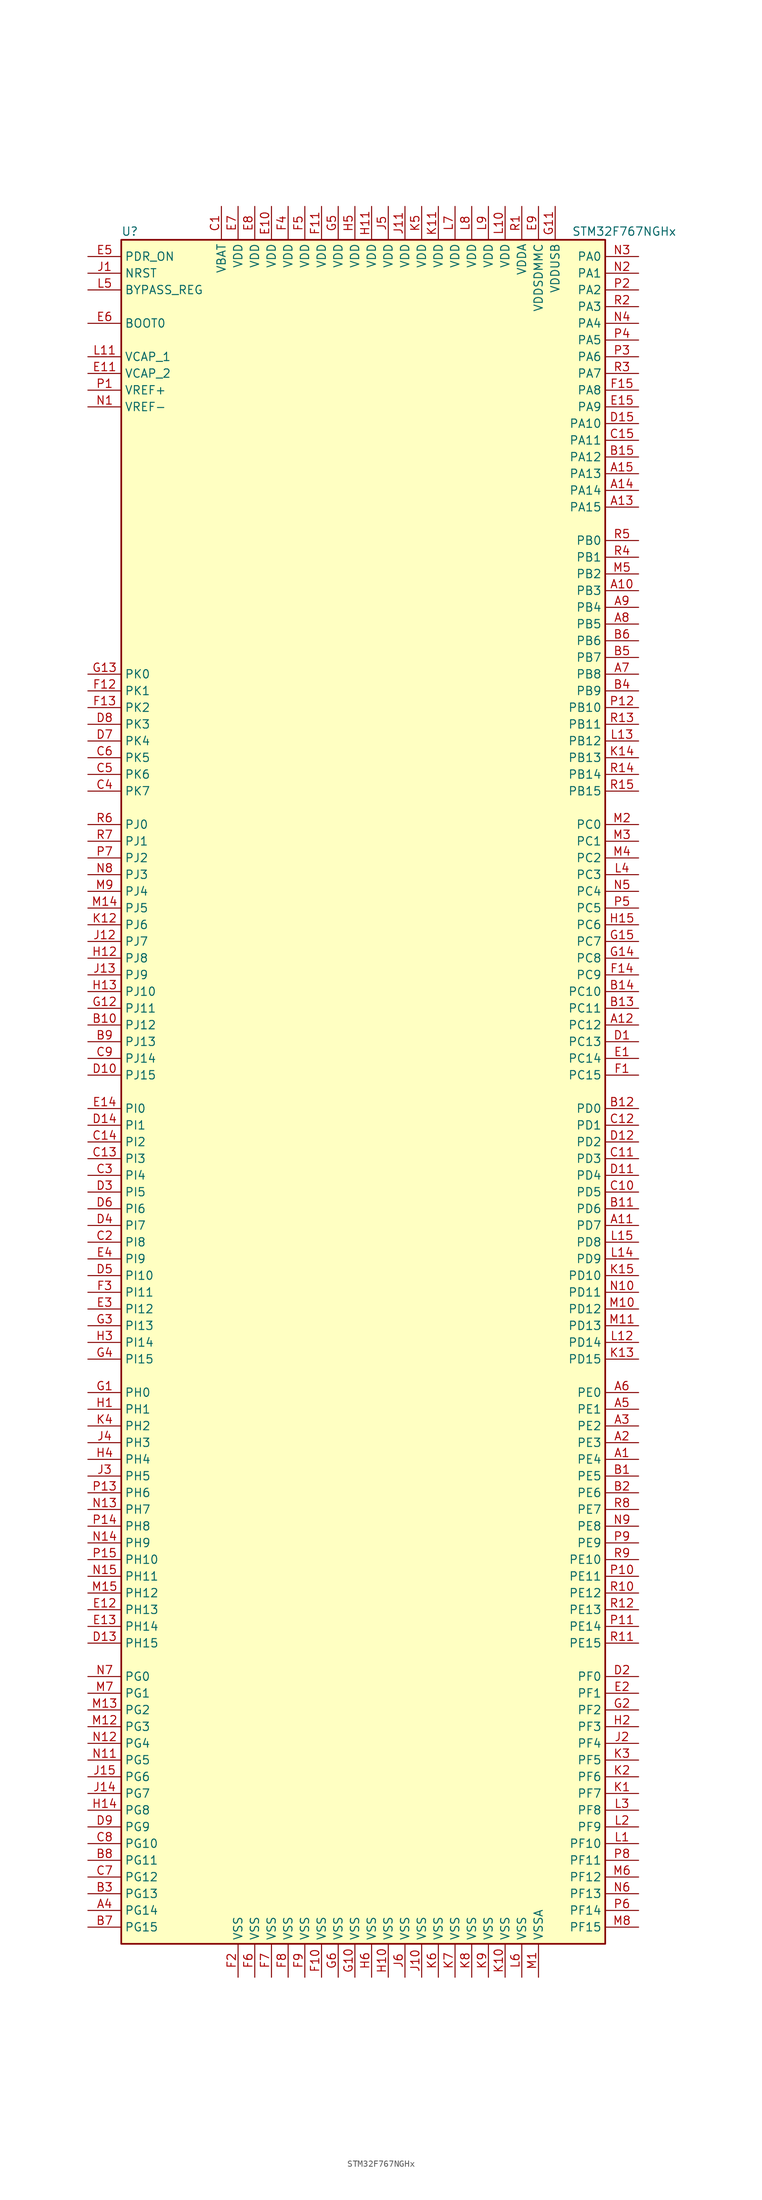
<source format=kicad_sym>
(kicad_symbol_lib
  (version 20201005)
  (generator kicad_symbol_editor)
  (symbol "STM32F767NGHx"
    (property "Reference" "U"
      (at -38.1 130.81 0)
      (effects (font (size 1.27 1.27)) (justify left)))
    (property "Value" "STM32F767NGHx"
      (at 30.48 130.81 0)
      (effects (font (size 1.27 1.27)) (justify left)))
    (symbol "STM32F767NGHx_0_1"
      (rectangle (start -38.1 -129.54) (end 35.56 129.54) (stroke (width 0.254)) (fill (type background))))
    (symbol "STM32F767NGHx_1_1"
      (pin bidirectional line (at 40.64 -55.88 180) (length 5.08) (name "PE4" (effects (font (size 1.27 1.27)))) (number "A1" (effects (font (size 1.27 1.27)))))
      (pin bidirectional line (at 40.64 76.2 180) (length 5.08) (name "PB3" (effects (font (size 1.27 1.27)))) (number "A10" (effects (font (size 1.27 1.27)))))
      (pin bidirectional line (at 40.64 -20.32 180) (length 5.08) (name "PD7" (effects (font (size 1.27 1.27)))) (number "A11" (effects (font (size 1.27 1.27)))))
      (pin bidirectional line (at 40.64 10.16 180) (length 5.08) (name "PC12" (effects (font (size 1.27 1.27)))) (number "A12" (effects (font (size 1.27 1.27)))))
      (pin bidirectional line (at 40.64 88.9 180) (length 5.08) (name "PA15" (effects (font (size 1.27 1.27)))) (number "A13" (effects (font (size 1.27 1.27)))))
      (pin bidirectional line (at 40.64 91.44 180) (length 5.08) (name "PA14" (effects (font (size 1.27 1.27)))) (number "A14" (effects (font (size 1.27 1.27)))))
      (pin bidirectional line (at 40.64 93.98 180) (length 5.08) (name "PA13" (effects (font (size 1.27 1.27)))) (number "A15" (effects (font (size 1.27 1.27)))))
      (pin bidirectional line (at 40.64 -53.34 180) (length 5.08) (name "PE3" (effects (font (size 1.27 1.27)))) (number "A2" (effects (font (size 1.27 1.27)))))
      (pin bidirectional line (at 40.64 -50.8 180) (length 5.08) (name "PE2" (effects (font (size 1.27 1.27)))) (number "A3" (effects (font (size 1.27 1.27)))))
      (pin bidirectional line (at -43.18 -124.46 0) (length 5.08) (name "PG14" (effects (font (size 1.27 1.27)))) (number "A4" (effects (font (size 1.27 1.27)))))
      (pin bidirectional line (at 40.64 -48.26 180) (length 5.08) (name "PE1" (effects (font (size 1.27 1.27)))) (number "A5" (effects (font (size 1.27 1.27)))))
      (pin bidirectional line (at 40.64 -45.72 180) (length 5.08) (name "PE0" (effects (font (size 1.27 1.27)))) (number "A6" (effects (font (size 1.27 1.27)))))
      (pin bidirectional line (at 40.64 63.5 180) (length 5.08) (name "PB8" (effects (font (size 1.27 1.27)))) (number "A7" (effects (font (size 1.27 1.27)))))
      (pin bidirectional line (at 40.64 71.12 180) (length 5.08) (name "PB5" (effects (font (size 1.27 1.27)))) (number "A8" (effects (font (size 1.27 1.27)))))
      (pin bidirectional line (at 40.64 73.66 180) (length 5.08) (name "PB4" (effects (font (size 1.27 1.27)))) (number "A9" (effects (font (size 1.27 1.27)))))
      (pin bidirectional line (at 40.64 -58.42 180) (length 5.08) (name "PE5" (effects (font (size 1.27 1.27)))) (number "B1" (effects (font (size 1.27 1.27)))))
      (pin bidirectional line (at -43.18 10.16 0) (length 5.08) (name "PJ12" (effects (font (size 1.27 1.27)))) (number "B10" (effects (font (size 1.27 1.27)))))
      (pin bidirectional line (at 40.64 -17.78 180) (length 5.08) (name "PD6" (effects (font (size 1.27 1.27)))) (number "B11" (effects (font (size 1.27 1.27)))))
      (pin bidirectional line (at 40.64 -2.54 180) (length 5.08) (name "PD0" (effects (font (size 1.27 1.27)))) (number "B12" (effects (font (size 1.27 1.27)))))
      (pin bidirectional line (at 40.64 12.7 180) (length 5.08) (name "PC11" (effects (font (size 1.27 1.27)))) (number "B13" (effects (font (size 1.27 1.27)))))
      (pin bidirectional line (at 40.64 15.24 180) (length 5.08) (name "PC10" (effects (font (size 1.27 1.27)))) (number "B14" (effects (font (size 1.27 1.27)))))
      (pin bidirectional line (at 40.64 96.52 180) (length 5.08) (name "PA12" (effects (font (size 1.27 1.27)))) (number "B15" (effects (font (size 1.27 1.27)))))
      (pin bidirectional line (at 40.64 -60.96 180) (length 5.08) (name "PE6" (effects (font (size 1.27 1.27)))) (number "B2" (effects (font (size 1.27 1.27)))))
      (pin bidirectional line (at -43.18 -121.92 0) (length 5.08) (name "PG13" (effects (font (size 1.27 1.27)))) (number "B3" (effects (font (size 1.27 1.27)))))
      (pin bidirectional line (at 40.64 60.96 180) (length 5.08) (name "PB9" (effects (font (size 1.27 1.27)))) (number "B4" (effects (font (size 1.27 1.27)))))
      (pin bidirectional line (at 40.64 66.04 180) (length 5.08) (name "PB7" (effects (font (size 1.27 1.27)))) (number "B5" (effects (font (size 1.27 1.27)))))
      (pin bidirectional line (at 40.64 68.58 180) (length 5.08) (name "PB6" (effects (font (size 1.27 1.27)))) (number "B6" (effects (font (size 1.27 1.27)))))
      (pin bidirectional line (at -43.18 -127 0) (length 5.08) (name "PG15" (effects (font (size 1.27 1.27)))) (number "B7" (effects (font (size 1.27 1.27)))))
      (pin bidirectional line (at -43.18 -116.84 0) (length 5.08) (name "PG11" (effects (font (size 1.27 1.27)))) (number "B8" (effects (font (size 1.27 1.27)))))
      (pin bidirectional line (at -43.18 7.62 0) (length 5.08) (name "PJ13" (effects (font (size 1.27 1.27)))) (number "B9" (effects (font (size 1.27 1.27)))))
      (pin power_in line (at -22.86 134.62 270) (length 5.08) (name "VBAT" (effects (font (size 1.27 1.27)))) (number "C1" (effects (font (size 1.27 1.27)))))
      (pin bidirectional line (at 40.64 -15.24 180) (length 5.08) (name "PD5" (effects (font (size 1.27 1.27)))) (number "C10" (effects (font (size 1.27 1.27)))))
      (pin bidirectional line (at 40.64 -10.16 180) (length 5.08) (name "PD3" (effects (font (size 1.27 1.27)))) (number "C11" (effects (font (size 1.27 1.27)))))
      (pin bidirectional line (at 40.64 -5.08 180) (length 5.08) (name "PD1" (effects (font (size 1.27 1.27)))) (number "C12" (effects (font (size 1.27 1.27)))))
      (pin bidirectional line (at -43.18 -10.16 0) (length 5.08) (name "PI3" (effects (font (size 1.27 1.27)))) (number "C13" (effects (font (size 1.27 1.27)))))
      (pin bidirectional line (at -43.18 -7.62 0) (length 5.08) (name "PI2" (effects (font (size 1.27 1.27)))) (number "C14" (effects (font (size 1.27 1.27)))))
      (pin bidirectional line (at 40.64 99.06 180) (length 5.08) (name "PA11" (effects (font (size 1.27 1.27)))) (number "C15" (effects (font (size 1.27 1.27)))))
      (pin bidirectional line (at -43.18 -22.86 0) (length 5.08) (name "PI8" (effects (font (size 1.27 1.27)))) (number "C2" (effects (font (size 1.27 1.27)))))
      (pin bidirectional line (at -43.18 -12.7 0) (length 5.08) (name "PI4" (effects (font (size 1.27 1.27)))) (number "C3" (effects (font (size 1.27 1.27)))))
      (pin bidirectional line (at -43.18 45.72 0) (length 5.08) (name "PK7" (effects (font (size 1.27 1.27)))) (number "C4" (effects (font (size 1.27 1.27)))))
      (pin bidirectional line (at -43.18 48.26 0) (length 5.08) (name "PK6" (effects (font (size 1.27 1.27)))) (number "C5" (effects (font (size 1.27 1.27)))))
      (pin bidirectional line (at -43.18 50.8 0) (length 5.08) (name "PK5" (effects (font (size 1.27 1.27)))) (number "C6" (effects (font (size 1.27 1.27)))))
      (pin bidirectional line (at -43.18 -119.38 0) (length 5.08) (name "PG12" (effects (font (size 1.27 1.27)))) (number "C7" (effects (font (size 1.27 1.27)))))
      (pin bidirectional line (at -43.18 -114.3 0) (length 5.08) (name "PG10" (effects (font (size 1.27 1.27)))) (number "C8" (effects (font (size 1.27 1.27)))))
      (pin bidirectional line (at -43.18 5.08 0) (length 5.08) (name "PJ14" (effects (font (size 1.27 1.27)))) (number "C9" (effects (font (size 1.27 1.27)))))
      (pin bidirectional line (at 40.64 7.62 180) (length 5.08) (name "PC13" (effects (font (size 1.27 1.27)))) (number "D1" (effects (font (size 1.27 1.27)))))
      (pin bidirectional line (at -43.18 2.54 0) (length 5.08) (name "PJ15" (effects (font (size 1.27 1.27)))) (number "D10" (effects (font (size 1.27 1.27)))))
      (pin bidirectional line (at 40.64 -12.7 180) (length 5.08) (name "PD4" (effects (font (size 1.27 1.27)))) (number "D11" (effects (font (size 1.27 1.27)))))
      (pin bidirectional line (at 40.64 -7.62 180) (length 5.08) (name "PD2" (effects (font (size 1.27 1.27)))) (number "D12" (effects (font (size 1.27 1.27)))))
      (pin bidirectional line (at -43.18 -83.82 0) (length 5.08) (name "PH15" (effects (font (size 1.27 1.27)))) (number "D13" (effects (font (size 1.27 1.27)))))
      (pin bidirectional line (at -43.18 -5.08 0) (length 5.08) (name "PI1" (effects (font (size 1.27 1.27)))) (number "D14" (effects (font (size 1.27 1.27)))))
      (pin bidirectional line (at 40.64 101.6 180) (length 5.08) (name "PA10" (effects (font (size 1.27 1.27)))) (number "D15" (effects (font (size 1.27 1.27)))))
      (pin bidirectional line (at 40.64 -88.9 180) (length 5.08) (name "PF0" (effects (font (size 1.27 1.27)))) (number "D2" (effects (font (size 1.27 1.27)))))
      (pin bidirectional line (at -43.18 -15.24 0) (length 5.08) (name "PI5" (effects (font (size 1.27 1.27)))) (number "D3" (effects (font (size 1.27 1.27)))))
      (pin bidirectional line (at -43.18 -20.32 0) (length 5.08) (name "PI7" (effects (font (size 1.27 1.27)))) (number "D4" (effects (font (size 1.27 1.27)))))
      (pin bidirectional line (at -43.18 -27.94 0) (length 5.08) (name "PI10" (effects (font (size 1.27 1.27)))) (number "D5" (effects (font (size 1.27 1.27)))))
      (pin bidirectional line (at -43.18 -17.78 0) (length 5.08) (name "PI6" (effects (font (size 1.27 1.27)))) (number "D6" (effects (font (size 1.27 1.27)))))
      (pin bidirectional line (at -43.18 53.34 0) (length 5.08) (name "PK4" (effects (font (size 1.27 1.27)))) (number "D7" (effects (font (size 1.27 1.27)))))
      (pin bidirectional line (at -43.18 55.88 0) (length 5.08) (name "PK3" (effects (font (size 1.27 1.27)))) (number "D8" (effects (font (size 1.27 1.27)))))
      (pin bidirectional line (at -43.18 -111.76 0) (length 5.08) (name "PG9" (effects (font (size 1.27 1.27)))) (number "D9" (effects (font (size 1.27 1.27)))))
      (pin bidirectional line (at 40.64 5.08 180) (length 5.08) (name "PC14" (effects (font (size 1.27 1.27)))) (number "E1" (effects (font (size 1.27 1.27)))))
      (pin power_in line (at -15.24 134.62 270) (length 5.08) (name "VDD" (effects (font (size 1.27 1.27)))) (number "E10" (effects (font (size 1.27 1.27)))))
      (pin power_in line (at -43.18 109.22 0) (length 5.08) (name "VCAP_2" (effects (font (size 1.27 1.27)))) (number "E11" (effects (font (size 1.27 1.27)))))
      (pin bidirectional line (at -43.18 -78.74 0) (length 5.08) (name "PH13" (effects (font (size 1.27 1.27)))) (number "E12" (effects (font (size 1.27 1.27)))))
      (pin bidirectional line (at -43.18 -81.28 0) (length 5.08) (name "PH14" (effects (font (size 1.27 1.27)))) (number "E13" (effects (font (size 1.27 1.27)))))
      (pin bidirectional line (at -43.18 -2.54 0) (length 5.08) (name "PI0" (effects (font (size 1.27 1.27)))) (number "E14" (effects (font (size 1.27 1.27)))))
      (pin bidirectional line (at 40.64 104.14 180) (length 5.08) (name "PA9" (effects (font (size 1.27 1.27)))) (number "E15" (effects (font (size 1.27 1.27)))))
      (pin bidirectional line (at 40.64 -91.44 180) (length 5.08) (name "PF1" (effects (font (size 1.27 1.27)))) (number "E2" (effects (font (size 1.27 1.27)))))
      (pin bidirectional line (at -43.18 -33.02 0) (length 5.08) (name "PI12" (effects (font (size 1.27 1.27)))) (number "E3" (effects (font (size 1.27 1.27)))))
      (pin bidirectional line (at -43.18 -25.4 0) (length 5.08) (name "PI9" (effects (font (size 1.27 1.27)))) (number "E4" (effects (font (size 1.27 1.27)))))
      (pin input line (at -43.18 127 0) (length 5.08) (name "PDR_ON" (effects (font (size 1.27 1.27)))) (number "E5" (effects (font (size 1.27 1.27)))))
      (pin input line (at -43.18 116.84 0) (length 5.08) (name "BOOT0" (effects (font (size 1.27 1.27)))) (number "E6" (effects (font (size 1.27 1.27)))))
      (pin power_in line (at -20.32 134.62 270) (length 5.08) (name "VDD" (effects (font (size 1.27 1.27)))) (number "E7" (effects (font (size 1.27 1.27)))))
      (pin power_in line (at -17.78 134.62 270) (length 5.08) (name "VDD" (effects (font (size 1.27 1.27)))) (number "E8" (effects (font (size 1.27 1.27)))))
      (pin power_in line (at 25.4 134.62 270) (length 5.08) (name "VDDSDMMC" (effects (font (size 1.27 1.27)))) (number "E9" (effects (font (size 1.27 1.27)))))
      (pin bidirectional line (at 40.64 2.54 180) (length 5.08) (name "PC15" (effects (font (size 1.27 1.27)))) (number "F1" (effects (font (size 1.27 1.27)))))
      (pin power_in line (at -7.62 -134.62 90) (length 5.08) (name "VSS" (effects (font (size 1.27 1.27)))) (number "F10" (effects (font (size 1.27 1.27)))))
      (pin power_in line (at -7.62 134.62 270) (length 5.08) (name "VDD" (effects (font (size 1.27 1.27)))) (number "F11" (effects (font (size 1.27 1.27)))))
      (pin bidirectional line (at -43.18 60.96 0) (length 5.08) (name "PK1" (effects (font (size 1.27 1.27)))) (number "F12" (effects (font (size 1.27 1.27)))))
      (pin bidirectional line (at -43.18 58.42 0) (length 5.08) (name "PK2" (effects (font (size 1.27 1.27)))) (number "F13" (effects (font (size 1.27 1.27)))))
      (pin bidirectional line (at 40.64 17.78 180) (length 5.08) (name "PC9" (effects (font (size 1.27 1.27)))) (number "F14" (effects (font (size 1.27 1.27)))))
      (pin bidirectional line (at 40.64 106.68 180) (length 5.08) (name "PA8" (effects (font (size 1.27 1.27)))) (number "F15" (effects (font (size 1.27 1.27)))))
      (pin power_in line (at -20.32 -134.62 90) (length 5.08) (name "VSS" (effects (font (size 1.27 1.27)))) (number "F2" (effects (font (size 1.27 1.27)))))
      (pin bidirectional line (at -43.18 -30.48 0) (length 5.08) (name "PI11" (effects (font (size 1.27 1.27)))) (number "F3" (effects (font (size 1.27 1.27)))))
      (pin power_in line (at -12.7 134.62 270) (length 5.08) (name "VDD" (effects (font (size 1.27 1.27)))) (number "F4" (effects (font (size 1.27 1.27)))))
      (pin power_in line (at -10.16 134.62 270) (length 5.08) (name "VDD" (effects (font (size 1.27 1.27)))) (number "F5" (effects (font (size 1.27 1.27)))))
      (pin power_in line (at -17.78 -134.62 90) (length 5.08) (name "VSS" (effects (font (size 1.27 1.27)))) (number "F6" (effects (font (size 1.27 1.27)))))
      (pin power_in line (at -15.24 -134.62 90) (length 5.08) (name "VSS" (effects (font (size 1.27 1.27)))) (number "F7" (effects (font (size 1.27 1.27)))))
      (pin power_in line (at -12.7 -134.62 90) (length 5.08) (name "VSS" (effects (font (size 1.27 1.27)))) (number "F8" (effects (font (size 1.27 1.27)))))
      (pin power_in line (at -10.16 -134.62 90) (length 5.08) (name "VSS" (effects (font (size 1.27 1.27)))) (number "F9" (effects (font (size 1.27 1.27)))))
      (pin input line (at -43.18 -45.72 0) (length 5.08) (name "PH0" (effects (font (size 1.27 1.27)))) (number "G1" (effects (font (size 1.27 1.27)))))
      (pin power_in line (at -2.54 -134.62 90) (length 5.08) (name "VSS" (effects (font (size 1.27 1.27)))) (number "G10" (effects (font (size 1.27 1.27)))))
      (pin power_in line (at 27.94 134.62 270) (length 5.08) (name "VDDUSB" (effects (font (size 1.27 1.27)))) (number "G11" (effects (font (size 1.27 1.27)))))
      (pin bidirectional line (at -43.18 12.7 0) (length 5.08) (name "PJ11" (effects (font (size 1.27 1.27)))) (number "G12" (effects (font (size 1.27 1.27)))))
      (pin bidirectional line (at -43.18 63.5 0) (length 5.08) (name "PK0" (effects (font (size 1.27 1.27)))) (number "G13" (effects (font (size 1.27 1.27)))))
      (pin bidirectional line (at 40.64 20.32 180) (length 5.08) (name "PC8" (effects (font (size 1.27 1.27)))) (number "G14" (effects (font (size 1.27 1.27)))))
      (pin bidirectional line (at 40.64 22.86 180) (length 5.08) (name "PC7" (effects (font (size 1.27 1.27)))) (number "G15" (effects (font (size 1.27 1.27)))))
      (pin bidirectional line (at 40.64 -93.98 180) (length 5.08) (name "PF2" (effects (font (size 1.27 1.27)))) (number "G2" (effects (font (size 1.27 1.27)))))
      (pin bidirectional line (at -43.18 -35.56 0) (length 5.08) (name "PI13" (effects (font (size 1.27 1.27)))) (number "G3" (effects (font (size 1.27 1.27)))))
      (pin bidirectional line (at -43.18 -40.64 0) (length 5.08) (name "PI15" (effects (font (size 1.27 1.27)))) (number "G4" (effects (font (size 1.27 1.27)))))
      (pin power_in line (at -5.08 134.62 270) (length 5.08) (name "VDD" (effects (font (size 1.27 1.27)))) (number "G5" (effects (font (size 1.27 1.27)))))
      (pin power_in line (at -5.08 -134.62 90) (length 5.08) (name "VSS" (effects (font (size 1.27 1.27)))) (number "G6" (effects (font (size 1.27 1.27)))))
      (pin input line (at -43.18 -48.26 0) (length 5.08) (name "PH1" (effects (font (size 1.27 1.27)))) (number "H1" (effects (font (size 1.27 1.27)))))
      (pin power_in line (at 2.54 -134.62 90) (length 5.08) (name "VSS" (effects (font (size 1.27 1.27)))) (number "H10" (effects (font (size 1.27 1.27)))))
      (pin power_in line (at 0 134.62 270) (length 5.08) (name "VDD" (effects (font (size 1.27 1.27)))) (number "H11" (effects (font (size 1.27 1.27)))))
      (pin bidirectional line (at -43.18 20.32 0) (length 5.08) (name "PJ8" (effects (font (size 1.27 1.27)))) (number "H12" (effects (font (size 1.27 1.27)))))
      (pin bidirectional line (at -43.18 15.24 0) (length 5.08) (name "PJ10" (effects (font (size 1.27 1.27)))) (number "H13" (effects (font (size 1.27 1.27)))))
      (pin bidirectional line (at -43.18 -109.22 0) (length 5.08) (name "PG8" (effects (font (size 1.27 1.27)))) (number "H14" (effects (font (size 1.27 1.27)))))
      (pin bidirectional line (at 40.64 25.4 180) (length 5.08) (name "PC6" (effects (font (size 1.27 1.27)))) (number "H15" (effects (font (size 1.27 1.27)))))
      (pin bidirectional line (at 40.64 -96.52 180) (length 5.08) (name "PF3" (effects (font (size 1.27 1.27)))) (number "H2" (effects (font (size 1.27 1.27)))))
      (pin bidirectional line (at -43.18 -38.1 0) (length 5.08) (name "PI14" (effects (font (size 1.27 1.27)))) (number "H3" (effects (font (size 1.27 1.27)))))
      (pin bidirectional line (at -43.18 -55.88 0) (length 5.08) (name "PH4" (effects (font (size 1.27 1.27)))) (number "H4" (effects (font (size 1.27 1.27)))))
      (pin power_in line (at -2.54 134.62 270) (length 5.08) (name "VDD" (effects (font (size 1.27 1.27)))) (number "H5" (effects (font (size 1.27 1.27)))))
      (pin power_in line (at 0 -134.62 90) (length 5.08) (name "VSS" (effects (font (size 1.27 1.27)))) (number "H6" (effects (font (size 1.27 1.27)))))
      (pin input line (at -43.18 124.46 0) (length 5.08) (name "NRST" (effects (font (size 1.27 1.27)))) (number "J1" (effects (font (size 1.27 1.27)))))
      (pin power_in line (at 7.62 -134.62 90) (length 5.08) (name "VSS" (effects (font (size 1.27 1.27)))) (number "J10" (effects (font (size 1.27 1.27)))))
      (pin power_in line (at 5.08 134.62 270) (length 5.08) (name "VDD" (effects (font (size 1.27 1.27)))) (number "J11" (effects (font (size 1.27 1.27)))))
      (pin bidirectional line (at -43.18 22.86 0) (length 5.08) (name "PJ7" (effects (font (size 1.27 1.27)))) (number "J12" (effects (font (size 1.27 1.27)))))
      (pin bidirectional line (at -43.18 17.78 0) (length 5.08) (name "PJ9" (effects (font (size 1.27 1.27)))) (number "J13" (effects (font (size 1.27 1.27)))))
      (pin bidirectional line (at -43.18 -106.68 0) (length 5.08) (name "PG7" (effects (font (size 1.27 1.27)))) (number "J14" (effects (font (size 1.27 1.27)))))
      (pin bidirectional line (at -43.18 -104.14 0) (length 5.08) (name "PG6" (effects (font (size 1.27 1.27)))) (number "J15" (effects (font (size 1.27 1.27)))))
      (pin bidirectional line (at 40.64 -99.06 180) (length 5.08) (name "PF4" (effects (font (size 1.27 1.27)))) (number "J2" (effects (font (size 1.27 1.27)))))
      (pin bidirectional line (at -43.18 -58.42 0) (length 5.08) (name "PH5" (effects (font (size 1.27 1.27)))) (number "J3" (effects (font (size 1.27 1.27)))))
      (pin bidirectional line (at -43.18 -53.34 0) (length 5.08) (name "PH3" (effects (font (size 1.27 1.27)))) (number "J4" (effects (font (size 1.27 1.27)))))
      (pin power_in line (at 2.54 134.62 270) (length 5.08) (name "VDD" (effects (font (size 1.27 1.27)))) (number "J5" (effects (font (size 1.27 1.27)))))
      (pin power_in line (at 5.08 -134.62 90) (length 5.08) (name "VSS" (effects (font (size 1.27 1.27)))) (number "J6" (effects (font (size 1.27 1.27)))))
      (pin bidirectional line (at 40.64 -106.68 180) (length 5.08) (name "PF7" (effects (font (size 1.27 1.27)))) (number "K1" (effects (font (size 1.27 1.27)))))
      (pin power_in line (at 20.32 -134.62 90) (length 5.08) (name "VSS" (effects (font (size 1.27 1.27)))) (number "K10" (effects (font (size 1.27 1.27)))))
      (pin power_in line (at 10.16 134.62 270) (length 5.08) (name "VDD" (effects (font (size 1.27 1.27)))) (number "K11" (effects (font (size 1.27 1.27)))))
      (pin bidirectional line (at -43.18 25.4 0) (length 5.08) (name "PJ6" (effects (font (size 1.27 1.27)))) (number "K12" (effects (font (size 1.27 1.27)))))
      (pin bidirectional line (at 40.64 -40.64 180) (length 5.08) (name "PD15" (effects (font (size 1.27 1.27)))) (number "K13" (effects (font (size 1.27 1.27)))))
      (pin bidirectional line (at 40.64 50.8 180) (length 5.08) (name "PB13" (effects (font (size 1.27 1.27)))) (number "K14" (effects (font (size 1.27 1.27)))))
      (pin bidirectional line (at 40.64 -27.94 180) (length 5.08) (name "PD10" (effects (font (size 1.27 1.27)))) (number "K15" (effects (font (size 1.27 1.27)))))
      (pin bidirectional line (at 40.64 -104.14 180) (length 5.08) (name "PF6" (effects (font (size 1.27 1.27)))) (number "K2" (effects (font (size 1.27 1.27)))))
      (pin bidirectional line (at 40.64 -101.6 180) (length 5.08) (name "PF5" (effects (font (size 1.27 1.27)))) (number "K3" (effects (font (size 1.27 1.27)))))
      (pin bidirectional line (at -43.18 -50.8 0) (length 5.08) (name "PH2" (effects (font (size 1.27 1.27)))) (number "K4" (effects (font (size 1.27 1.27)))))
      (pin power_in line (at 7.62 134.62 270) (length 5.08) (name "VDD" (effects (font (size 1.27 1.27)))) (number "K5" (effects (font (size 1.27 1.27)))))
      (pin power_in line (at 10.16 -134.62 90) (length 5.08) (name "VSS" (effects (font (size 1.27 1.27)))) (number "K6" (effects (font (size 1.27 1.27)))))
      (pin power_in line (at 12.7 -134.62 90) (length 5.08) (name "VSS" (effects (font (size 1.27 1.27)))) (number "K7" (effects (font (size 1.27 1.27)))))
      (pin power_in line (at 15.24 -134.62 90) (length 5.08) (name "VSS" (effects (font (size 1.27 1.27)))) (number "K8" (effects (font (size 1.27 1.27)))))
      (pin power_in line (at 17.78 -134.62 90) (length 5.08) (name "VSS" (effects (font (size 1.27 1.27)))) (number "K9" (effects (font (size 1.27 1.27)))))
      (pin bidirectional line (at 40.64 -114.3 180) (length 5.08) (name "PF10" (effects (font (size 1.27 1.27)))) (number "L1" (effects (font (size 1.27 1.27)))))
      (pin power_in line (at 20.32 134.62 270) (length 5.08) (name "VDD" (effects (font (size 1.27 1.27)))) (number "L10" (effects (font (size 1.27 1.27)))))
      (pin power_in line (at -43.18 111.76 0) (length 5.08) (name "VCAP_1" (effects (font (size 1.27 1.27)))) (number "L11" (effects (font (size 1.27 1.27)))))
      (pin bidirectional line (at 40.64 -38.1 180) (length 5.08) (name "PD14" (effects (font (size 1.27 1.27)))) (number "L12" (effects (font (size 1.27 1.27)))))
      (pin bidirectional line (at 40.64 53.34 180) (length 5.08) (name "PB12" (effects (font (size 1.27 1.27)))) (number "L13" (effects (font (size 1.27 1.27)))))
      (pin bidirectional line (at 40.64 -25.4 180) (length 5.08) (name "PD9" (effects (font (size 1.27 1.27)))) (number "L14" (effects (font (size 1.27 1.27)))))
      (pin bidirectional line (at 40.64 -22.86 180) (length 5.08) (name "PD8" (effects (font (size 1.27 1.27)))) (number "L15" (effects (font (size 1.27 1.27)))))
      (pin bidirectional line (at 40.64 -111.76 180) (length 5.08) (name "PF9" (effects (font (size 1.27 1.27)))) (number "L2" (effects (font (size 1.27 1.27)))))
      (pin bidirectional line (at 40.64 -109.22 180) (length 5.08) (name "PF8" (effects (font (size 1.27 1.27)))) (number "L3" (effects (font (size 1.27 1.27)))))
      (pin bidirectional line (at 40.64 33.02 180) (length 5.08) (name "PC3" (effects (font (size 1.27 1.27)))) (number "L4" (effects (font (size 1.27 1.27)))))
      (pin input line (at -43.18 121.92 0) (length 5.08) (name "BYPASS_REG" (effects (font (size 1.27 1.27)))) (number "L5" (effects (font (size 1.27 1.27)))))
      (pin power_in line (at 22.86 -134.62 90) (length 5.08) (name "VSS" (effects (font (size 1.27 1.27)))) (number "L6" (effects (font (size 1.27 1.27)))))
      (pin power_in line (at 12.7 134.62 270) (length 5.08) (name "VDD" (effects (font (size 1.27 1.27)))) (number "L7" (effects (font (size 1.27 1.27)))))
      (pin power_in line (at 15.24 134.62 270) (length 5.08) (name "VDD" (effects (font (size 1.27 1.27)))) (number "L8" (effects (font (size 1.27 1.27)))))
      (pin power_in line (at 17.78 134.62 270) (length 5.08) (name "VDD" (effects (font (size 1.27 1.27)))) (number "L9" (effects (font (size 1.27 1.27)))))
      (pin power_in line (at 25.4 -134.62 90) (length 5.08) (name "VSSA" (effects (font (size 1.27 1.27)))) (number "M1" (effects (font (size 1.27 1.27)))))
      (pin bidirectional line (at 40.64 -33.02 180) (length 5.08) (name "PD12" (effects (font (size 1.27 1.27)))) (number "M10" (effects (font (size 1.27 1.27)))))
      (pin bidirectional line (at 40.64 -35.56 180) (length 5.08) (name "PD13" (effects (font (size 1.27 1.27)))) (number "M11" (effects (font (size 1.27 1.27)))))
      (pin bidirectional line (at -43.18 -96.52 0) (length 5.08) (name "PG3" (effects (font (size 1.27 1.27)))) (number "M12" (effects (font (size 1.27 1.27)))))
      (pin bidirectional line (at -43.18 -93.98 0) (length 5.08) (name "PG2" (effects (font (size 1.27 1.27)))) (number "M13" (effects (font (size 1.27 1.27)))))
      (pin bidirectional line (at -43.18 27.94 0) (length 5.08) (name "PJ5" (effects (font (size 1.27 1.27)))) (number "M14" (effects (font (size 1.27 1.27)))))
      (pin bidirectional line (at -43.18 -76.2 0) (length 5.08) (name "PH12" (effects (font (size 1.27 1.27)))) (number "M15" (effects (font (size 1.27 1.27)))))
      (pin bidirectional line (at 40.64 40.64 180) (length 5.08) (name "PC0" (effects (font (size 1.27 1.27)))) (number "M2" (effects (font (size 1.27 1.27)))))
      (pin bidirectional line (at 40.64 38.1 180) (length 5.08) (name "PC1" (effects (font (size 1.27 1.27)))) (number "M3" (effects (font (size 1.27 1.27)))))
      (pin bidirectional line (at 40.64 35.56 180) (length 5.08) (name "PC2" (effects (font (size 1.27 1.27)))) (number "M4" (effects (font (size 1.27 1.27)))))
      (pin bidirectional line (at 40.64 78.74 180) (length 5.08) (name "PB2" (effects (font (size 1.27 1.27)))) (number "M5" (effects (font (size 1.27 1.27)))))
      (pin bidirectional line (at 40.64 -119.38 180) (length 5.08) (name "PF12" (effects (font (size 1.27 1.27)))) (number "M6" (effects (font (size 1.27 1.27)))))
      (pin bidirectional line (at -43.18 -91.44 0) (length 5.08) (name "PG1" (effects (font (size 1.27 1.27)))) (number "M7" (effects (font (size 1.27 1.27)))))
      (pin bidirectional line (at 40.64 -127 180) (length 5.08) (name "PF15" (effects (font (size 1.27 1.27)))) (number "M8" (effects (font (size 1.27 1.27)))))
      (pin bidirectional line (at -43.18 30.48 0) (length 5.08) (name "PJ4" (effects (font (size 1.27 1.27)))) (number "M9" (effects (font (size 1.27 1.27)))))
      (pin power_in line (at -43.18 104.14 0) (length 5.08) (name "VREF-" (effects (font (size 1.27 1.27)))) (number "N1" (effects (font (size 1.27 1.27)))))
      (pin bidirectional line (at 40.64 -30.48 180) (length 5.08) (name "PD11" (effects (font (size 1.27 1.27)))) (number "N10" (effects (font (size 1.27 1.27)))))
      (pin bidirectional line (at -43.18 -101.6 0) (length 5.08) (name "PG5" (effects (font (size 1.27 1.27)))) (number "N11" (effects (font (size 1.27 1.27)))))
      (pin bidirectional line (at -43.18 -99.06 0) (length 5.08) (name "PG4" (effects (font (size 1.27 1.27)))) (number "N12" (effects (font (size 1.27 1.27)))))
      (pin bidirectional line (at -43.18 -63.5 0) (length 5.08) (name "PH7" (effects (font (size 1.27 1.27)))) (number "N13" (effects (font (size 1.27 1.27)))))
      (pin bidirectional line (at -43.18 -68.58 0) (length 5.08) (name "PH9" (effects (font (size 1.27 1.27)))) (number "N14" (effects (font (size 1.27 1.27)))))
      (pin bidirectional line (at -43.18 -73.66 0) (length 5.08) (name "PH11" (effects (font (size 1.27 1.27)))) (number "N15" (effects (font (size 1.27 1.27)))))
      (pin bidirectional line (at 40.64 124.46 180) (length 5.08) (name "PA1" (effects (font (size 1.27 1.27)))) (number "N2" (effects (font (size 1.27 1.27)))))
      (pin bidirectional line (at 40.64 127 180) (length 5.08) (name "PA0" (effects (font (size 1.27 1.27)))) (number "N3" (effects (font (size 1.27 1.27)))))
      (pin bidirectional line (at 40.64 116.84 180) (length 5.08) (name "PA4" (effects (font (size 1.27 1.27)))) (number "N4" (effects (font (size 1.27 1.27)))))
      (pin bidirectional line (at 40.64 30.48 180) (length 5.08) (name "PC4" (effects (font (size 1.27 1.27)))) (number "N5" (effects (font (size 1.27 1.27)))))
      (pin bidirectional line (at 40.64 -121.92 180) (length 5.08) (name "PF13" (effects (font (size 1.27 1.27)))) (number "N6" (effects (font (size 1.27 1.27)))))
      (pin bidirectional line (at -43.18 -88.9 0) (length 5.08) (name "PG0" (effects (font (size 1.27 1.27)))) (number "N7" (effects (font (size 1.27 1.27)))))
      (pin bidirectional line (at -43.18 33.02 0) (length 5.08) (name "PJ3" (effects (font (size 1.27 1.27)))) (number "N8" (effects (font (size 1.27 1.27)))))
      (pin bidirectional line (at 40.64 -66.04 180) (length 5.08) (name "PE8" (effects (font (size 1.27 1.27)))) (number "N9" (effects (font (size 1.27 1.27)))))
      (pin power_in line (at -43.18 106.68 0) (length 5.08) (name "VREF+" (effects (font (size 1.27 1.27)))) (number "P1" (effects (font (size 1.27 1.27)))))
      (pin bidirectional line (at 40.64 -73.66 180) (length 5.08) (name "PE11" (effects (font (size 1.27 1.27)))) (number "P10" (effects (font (size 1.27 1.27)))))
      (pin bidirectional line (at 40.64 -81.28 180) (length 5.08) (name "PE14" (effects (font (size 1.27 1.27)))) (number "P11" (effects (font (size 1.27 1.27)))))
      (pin bidirectional line (at 40.64 58.42 180) (length 5.08) (name "PB10" (effects (font (size 1.27 1.27)))) (number "P12" (effects (font (size 1.27 1.27)))))
      (pin bidirectional line (at -43.18 -60.96 0) (length 5.08) (name "PH6" (effects (font (size 1.27 1.27)))) (number "P13" (effects (font (size 1.27 1.27)))))
      (pin bidirectional line (at -43.18 -66.04 0) (length 5.08) (name "PH8" (effects (font (size 1.27 1.27)))) (number "P14" (effects (font (size 1.27 1.27)))))
      (pin bidirectional line (at -43.18 -71.12 0) (length 5.08) (name "PH10" (effects (font (size 1.27 1.27)))) (number "P15" (effects (font (size 1.27 1.27)))))
      (pin bidirectional line (at 40.64 121.92 180) (length 5.08) (name "PA2" (effects (font (size 1.27 1.27)))) (number "P2" (effects (font (size 1.27 1.27)))))
      (pin bidirectional line (at 40.64 111.76 180) (length 5.08) (name "PA6" (effects (font (size 1.27 1.27)))) (number "P3" (effects (font (size 1.27 1.27)))))
      (pin bidirectional line (at 40.64 114.3 180) (length 5.08) (name "PA5" (effects (font (size 1.27 1.27)))) (number "P4" (effects (font (size 1.27 1.27)))))
      (pin bidirectional line (at 40.64 27.94 180) (length 5.08) (name "PC5" (effects (font (size 1.27 1.27)))) (number "P5" (effects (font (size 1.27 1.27)))))
      (pin bidirectional line (at 40.64 -124.46 180) (length 5.08) (name "PF14" (effects (font (size 1.27 1.27)))) (number "P6" (effects (font (size 1.27 1.27)))))
      (pin bidirectional line (at -43.18 35.56 0) (length 5.08) (name "PJ2" (effects (font (size 1.27 1.27)))) (number "P7" (effects (font (size 1.27 1.27)))))
      (pin bidirectional line (at 40.64 -116.84 180) (length 5.08) (name "PF11" (effects (font (size 1.27 1.27)))) (number "P8" (effects (font (size 1.27 1.27)))))
      (pin bidirectional line (at 40.64 -68.58 180) (length 5.08) (name "PE9" (effects (font (size 1.27 1.27)))) (number "P9" (effects (font (size 1.27 1.27)))))
      (pin power_in line (at 22.86 134.62 270) (length 5.08) (name "VDDA" (effects (font (size 1.27 1.27)))) (number "R1" (effects (font (size 1.27 1.27)))))
      (pin bidirectional line (at 40.64 -76.2 180) (length 5.08) (name "PE12" (effects (font (size 1.27 1.27)))) (number "R10" (effects (font (size 1.27 1.27)))))
      (pin bidirectional line (at 40.64 -83.82 180) (length 5.08) (name "PE15" (effects (font (size 1.27 1.27)))) (number "R11" (effects (font (size 1.27 1.27)))))
      (pin bidirectional line (at 40.64 -78.74 180) (length 5.08) (name "PE13" (effects (font (size 1.27 1.27)))) (number "R12" (effects (font (size 1.27 1.27)))))
      (pin bidirectional line (at 40.64 55.88 180) (length 5.08) (name "PB11" (effects (font (size 1.27 1.27)))) (number "R13" (effects (font (size 1.27 1.27)))))
      (pin bidirectional line (at 40.64 48.26 180) (length 5.08) (name "PB14" (effects (font (size 1.27 1.27)))) (number "R14" (effects (font (size 1.27 1.27)))))
      (pin bidirectional line (at 40.64 45.72 180) (length 5.08) (name "PB15" (effects (font (size 1.27 1.27)))) (number "R15" (effects (font (size 1.27 1.27)))))
      (pin bidirectional line (at 40.64 119.38 180) (length 5.08) (name "PA3" (effects (font (size 1.27 1.27)))) (number "R2" (effects (font (size 1.27 1.27)))))
      (pin bidirectional line (at 40.64 109.22 180) (length 5.08) (name "PA7" (effects (font (size 1.27 1.27)))) (number "R3" (effects (font (size 1.27 1.27)))))
      (pin bidirectional line (at 40.64 81.28 180) (length 5.08) (name "PB1" (effects (font (size 1.27 1.27)))) (number "R4" (effects (font (size 1.27 1.27)))))
      (pin bidirectional line (at 40.64 83.82 180) (length 5.08) (name "PB0" (effects (font (size 1.27 1.27)))) (number "R5" (effects (font (size 1.27 1.27)))))
      (pin bidirectional line (at -43.18 40.64 0) (length 5.08) (name "PJ0" (effects (font (size 1.27 1.27)))) (number "R6" (effects (font (size 1.27 1.27)))))
      (pin bidirectional line (at -43.18 38.1 0) (length 5.08) (name "PJ1" (effects (font (size 1.27 1.27)))) (number "R7" (effects (font (size 1.27 1.27)))))
      (pin bidirectional line (at 40.64 -63.5 180) (length 5.08) (name "PE7" (effects (font (size 1.27 1.27)))) (number "R8" (effects (font (size 1.27 1.27)))))
      (pin bidirectional line (at 40.64 -71.12 180) (length 5.08) (name "PE10" (effects (font (size 1.27 1.27)))) (number "R9" (effects (font (size 1.27 1.27))))))))
</source>
